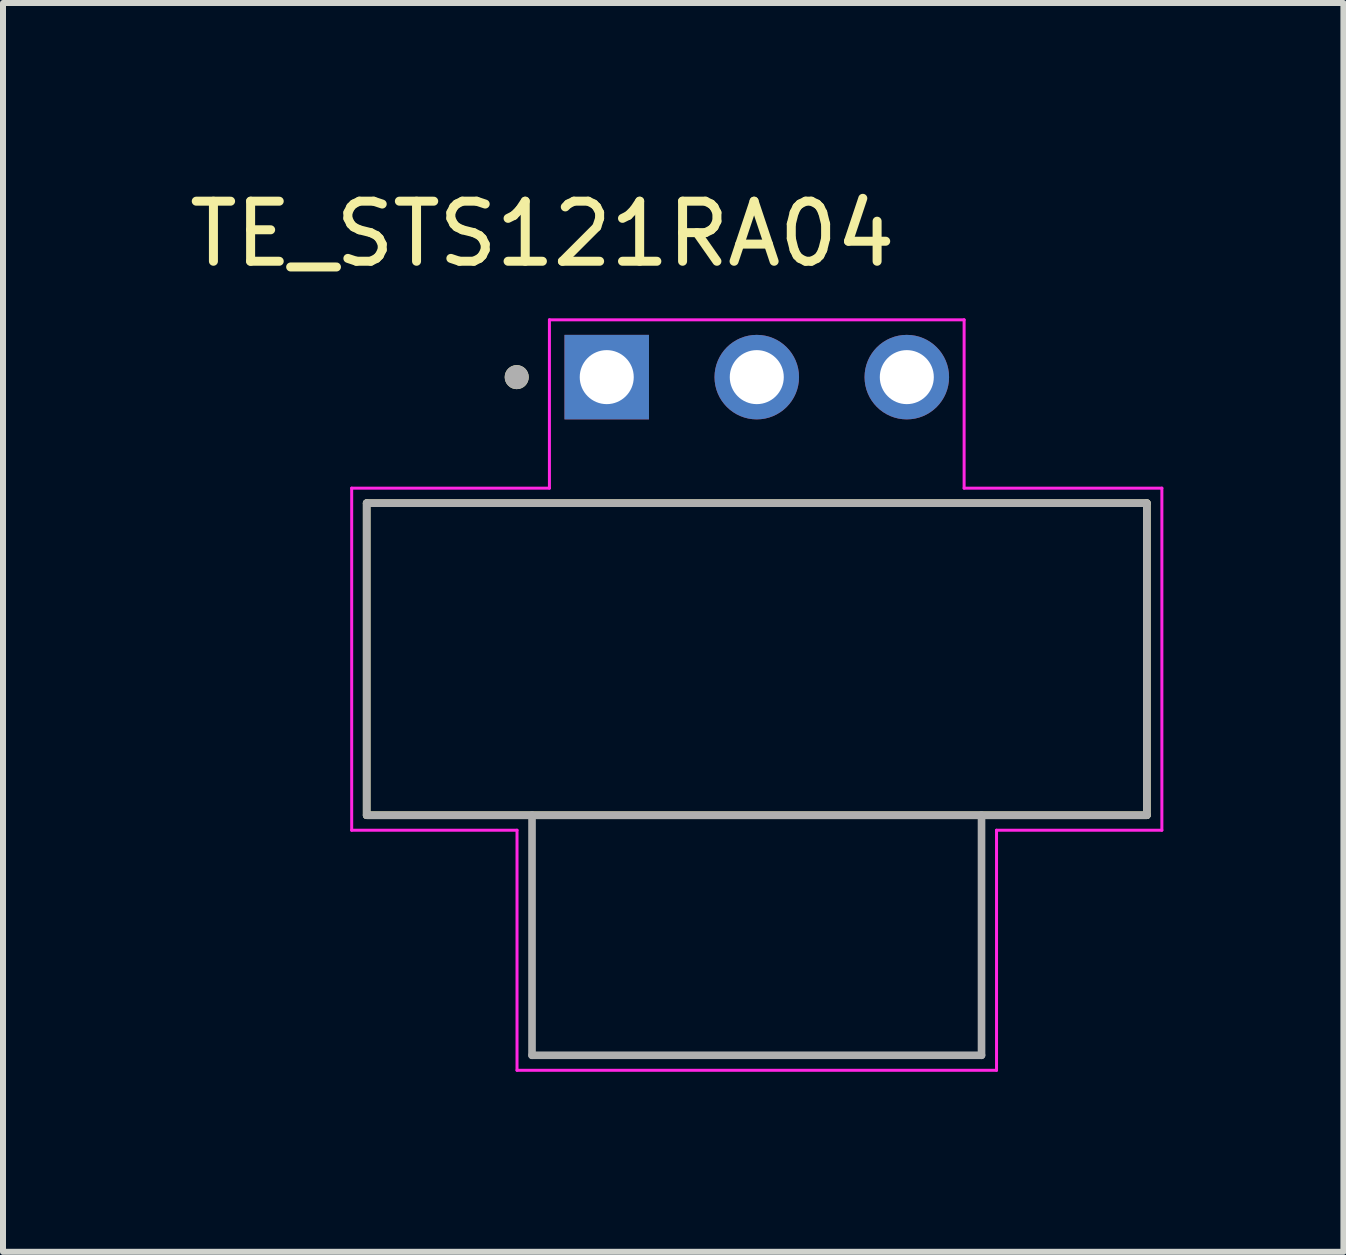
<source format=kicad_pcb>
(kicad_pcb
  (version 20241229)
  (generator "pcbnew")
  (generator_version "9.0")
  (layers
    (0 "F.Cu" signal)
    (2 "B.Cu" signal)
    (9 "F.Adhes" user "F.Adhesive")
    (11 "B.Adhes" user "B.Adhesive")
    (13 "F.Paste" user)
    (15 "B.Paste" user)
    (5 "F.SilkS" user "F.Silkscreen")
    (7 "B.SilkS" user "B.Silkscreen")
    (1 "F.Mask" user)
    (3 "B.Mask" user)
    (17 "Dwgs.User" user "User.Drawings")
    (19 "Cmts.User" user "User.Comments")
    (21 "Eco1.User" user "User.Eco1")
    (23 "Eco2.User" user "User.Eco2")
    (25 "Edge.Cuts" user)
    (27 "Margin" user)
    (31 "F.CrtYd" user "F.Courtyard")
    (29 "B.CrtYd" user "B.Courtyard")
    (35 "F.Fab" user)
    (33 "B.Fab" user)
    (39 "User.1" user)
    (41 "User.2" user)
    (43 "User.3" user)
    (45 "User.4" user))
  (footprint "TE_STS121RA04"
    (layer "F.Cu")
    (at 7.06 3.234)
    (property "Reference" "TE_STS121RA04" (at -1.072 -2.386 0) (layer "F.SilkS") (effects (font (size 1.001 1.001) (thickness 0.15))))
    (attr through_hole)
    (fp_line (start -4 2.1) (end -4 7.3) (stroke (width 0.127) (type solid)) (layer "F.SilkS"))
    (fp_line (start -4 7.3) (end 9 7.3) (stroke (width 0.127) (type solid)) (layer "F.SilkS"))
    (fp_line (start 9 2.1) (end -4 2.1) (stroke (width 0.127) (type solid)) (layer "F.SilkS"))
    (fp_line (start 9 7.3) (end 9 2.1) (stroke (width 0.127) (type solid)) (layer "F.SilkS"))
    (fp_circle (center -1.5 0) (end -1.4 0) (stroke (width 0.2) (type solid)) (fill no) (layer "F.SilkS"))
    (fp_line (start -4.25 1.85) (end -0.955 1.85) (stroke (width 0.05) (type solid)) (layer "F.CrtYd"))
    (fp_line (start -4.25 7.55) (end -4.25 1.85) (stroke (width 0.05) (type solid)) (layer "F.CrtYd"))
    (fp_line (start -1.495 7.55) (end -4.25 7.55) (stroke (width 0.05) (type solid)) (layer "F.CrtYd"))
    (fp_line (start -1.495 11.55) (end -1.495 7.55) (stroke (width 0.05) (type solid)) (layer "F.CrtYd"))
    (fp_line (start -0.955 -0.955) (end 5.955 -0.955) (stroke (width 0.05) (type solid)) (layer "F.CrtYd"))
    (fp_line (start -0.955 1.85) (end -0.955 -0.955) (stroke (width 0.05) (type solid)) (layer "F.CrtYd"))
    (fp_line (start 5.955 -0.955) (end 5.955 1.85) (stroke (width 0.05) (type solid)) (layer "F.CrtYd"))
    (fp_line (start 5.955 1.85) (end 9.25 1.85) (stroke (width 0.05) (type solid)) (layer "F.CrtYd"))
    (fp_line (start 6.495 7.55) (end 6.495 11.55) (stroke (width 0.05) (type solid)) (layer "F.CrtYd"))
    (fp_line (start 6.495 11.55) (end -1.495 11.55) (stroke (width 0.05) (type solid)) (layer "F.CrtYd"))
    (fp_line (start 9.25 1.85) (end 9.25 7.55) (stroke (width 0.05) (type solid)) (layer "F.CrtYd"))
    (fp_line (start 9.25 7.55) (end 6.495 7.55) (stroke (width 0.05) (type solid)) (layer "F.CrtYd"))
    (fp_line (start -4 2.1) (end 9 2.1) (stroke (width 0.127) (type solid)) (layer "F.Fab"))
    (fp_line (start -4 7.3) (end -4 2.1) (stroke (width 0.127) (type solid)) (layer "F.Fab"))
    (fp_line (start -1.245 7.3) (end -4 7.3) (stroke (width 0.127) (type solid)) (layer "F.Fab"))
    (fp_line (start -1.245 7.3) (end -1.245 11.3) (stroke (width 0.127) (type solid)) (layer "F.Fab"))
    (fp_line (start -1.245 11.3) (end 6.245 11.3) (stroke (width 0.127) (type solid)) (layer "F.Fab"))
    (fp_line (start 6.245 7.3) (end -1.245 7.3) (stroke (width 0.127) (type solid)) (layer "F.Fab"))
    (fp_line (start 6.245 11.3) (end 6.245 7.3) (stroke (width 0.127) (type solid)) (layer "F.Fab"))
    (fp_line (start 9 2.1) (end 9 7.3) (stroke (width 0.127) (type solid)) (layer "F.Fab"))
    (fp_line (start 9 7.3) (end 6.245 7.3) (stroke (width 0.127) (type solid)) (layer "F.Fab"))
    (fp_circle (center -1.5 0) (end -1.4 0) (stroke (width 0.2) (type solid)) (fill no) (layer "F.Fab"))
    (pad "1" thru_hole rect (at 0 0) (size 1.408 1.408) (drill 0.9) (layers "*.Cu" "*.Mask"))
    (pad "2" thru_hole circle (at 2.5 0) (size 1.408 1.408) (drill 0.9) (layers "*.Cu" "*.Mask"))
    (pad "3" thru_hole circle (at 5 0) (size 1.408 1.408) (drill 0.9) (layers "*.Cu" "*.Mask")))
  (gr_rect
    (start -3 -3)
    (end 19.335 17.809)
    (stroke (width 0.1) (type default))
    (fill no)
    (layer "Edge.Cuts")))
</source>
